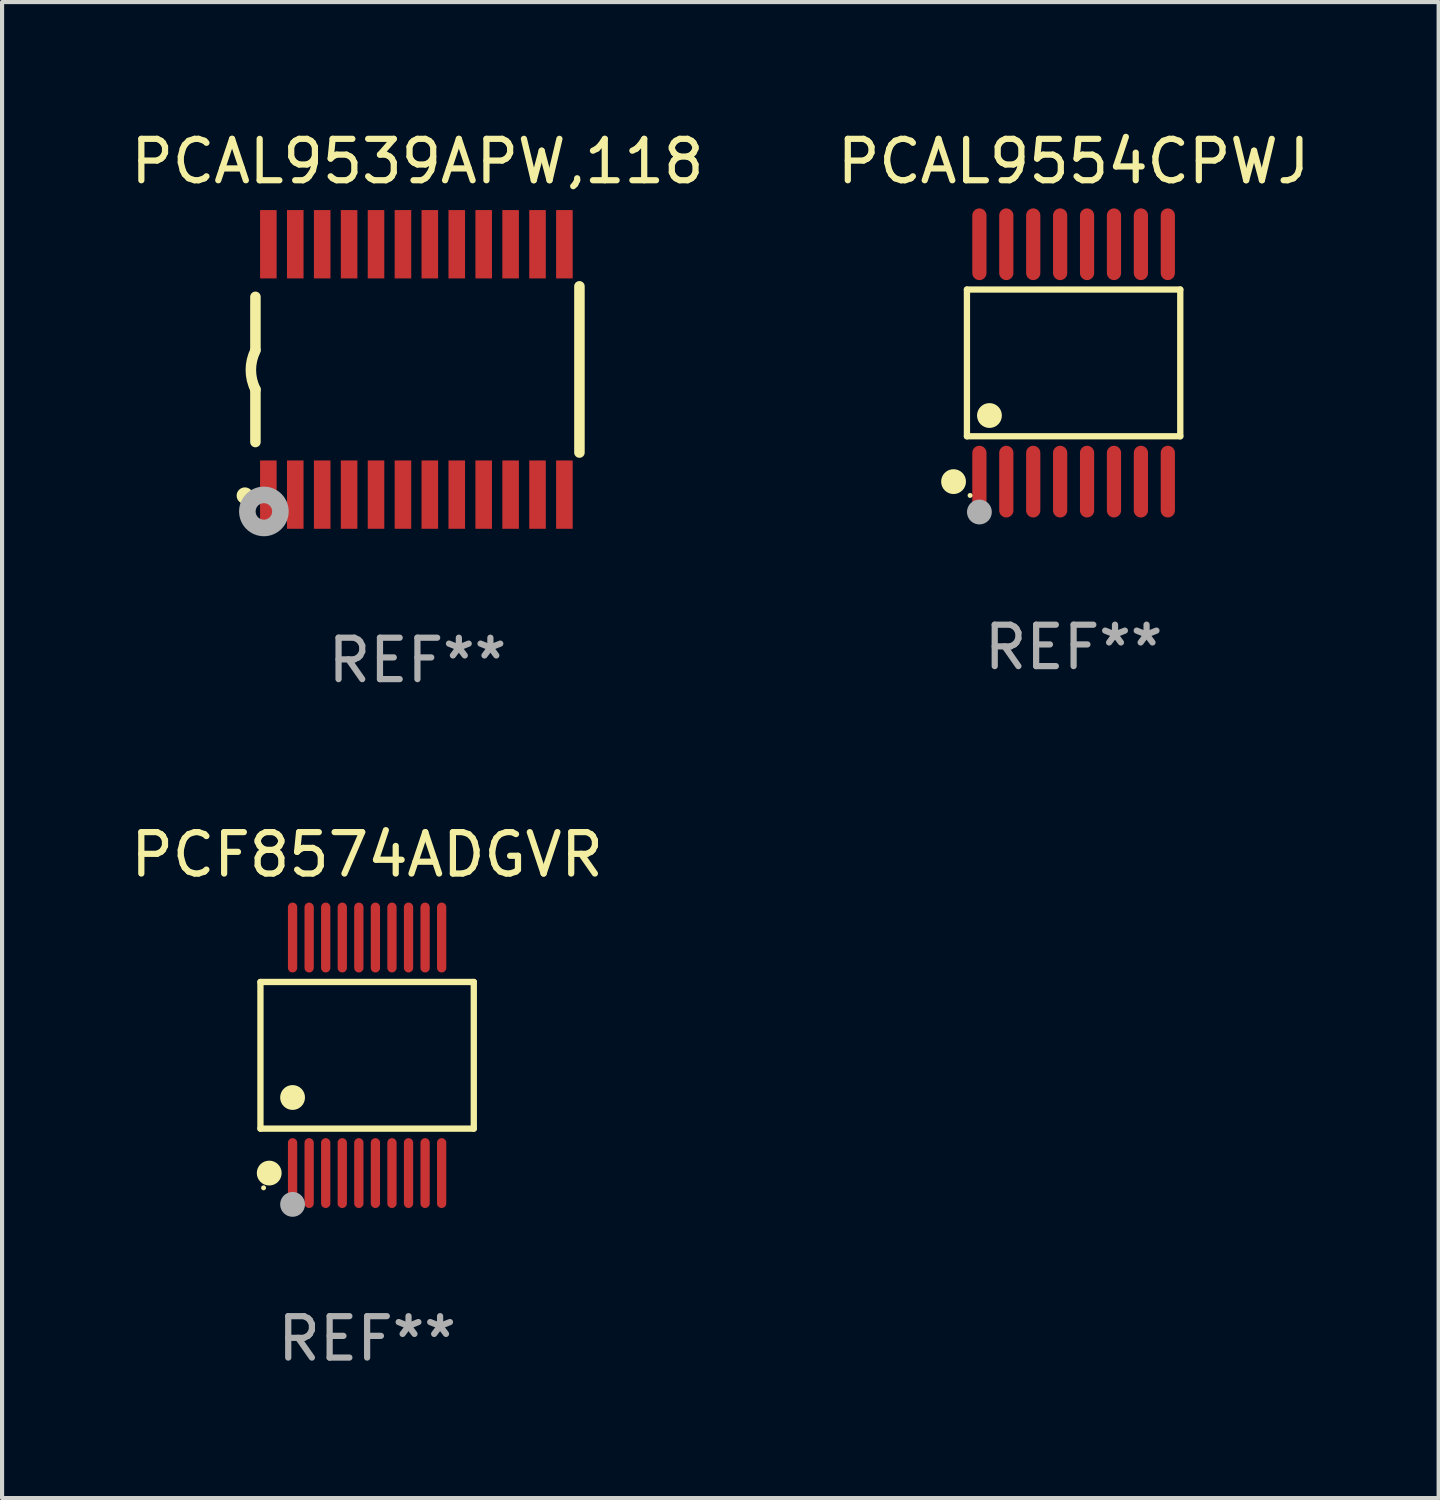
<source format=kicad_pcb>
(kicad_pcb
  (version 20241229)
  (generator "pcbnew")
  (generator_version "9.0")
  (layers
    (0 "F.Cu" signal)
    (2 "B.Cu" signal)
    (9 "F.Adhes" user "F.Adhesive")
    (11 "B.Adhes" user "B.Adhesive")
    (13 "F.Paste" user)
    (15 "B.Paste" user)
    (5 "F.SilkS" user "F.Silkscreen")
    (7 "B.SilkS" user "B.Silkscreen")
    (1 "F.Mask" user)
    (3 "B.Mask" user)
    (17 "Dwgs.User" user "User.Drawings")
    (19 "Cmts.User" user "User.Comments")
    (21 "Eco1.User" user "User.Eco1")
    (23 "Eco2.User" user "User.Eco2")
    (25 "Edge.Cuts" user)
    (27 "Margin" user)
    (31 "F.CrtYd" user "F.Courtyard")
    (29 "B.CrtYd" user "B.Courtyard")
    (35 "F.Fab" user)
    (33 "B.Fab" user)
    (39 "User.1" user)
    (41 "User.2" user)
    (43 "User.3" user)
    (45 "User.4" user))
  (footprint "PCF8574ADGVR"
    (layer "F.Cu")
    (at 5.815 22.433)
    (property "Reference" "PCF8574ADGVR" (at 0 -4.844 0) (layer "F.SilkS") (effects (font (size 1 1) (thickness 0.15))))
    (attr through_hole)
    (fp_line (start -2.576 -1.771) (end 2.576 -1.771) (stroke (width 0.152) (type solid)) (layer "F.SilkS"))
    (fp_line (start -2.576 1.771) (end -2.576 -1.771) (stroke (width 0.152) (type solid)) (layer "F.SilkS"))
    (fp_line (start 2.576 -1.771) (end 2.576 1.771) (stroke (width 0.152) (type solid)) (layer "F.SilkS"))
    (fp_line (start 2.576 1.771) (end -2.576 1.771) (stroke (width 0.152) (type solid)) (layer "F.SilkS"))
    (fp_circle (center -2.5 3.2) (end -2.47 3.2) (stroke (width 0.06) (type solid)) (fill no) (layer "F.SilkS"))
    (fp_circle (center -2.364 2.844) (end -2.214 2.844) (stroke (width 0.3) (type solid)) (fill no) (layer "F.SilkS"))
    (fp_circle (center -1.8 1.019) (end -1.65 1.019) (stroke (width 0.3) (type solid)) (fill no) (layer "F.SilkS"))
    (fp_circle (center -1.8 3.6) (end -1.65 3.6) (stroke (width 0.3) (type solid)) (fill no) (layer "F.Fab"))
    (fp_text user "REF**" (at 0 6.844 0) (layer "F.Fab") (effects (font (size 1 1) (thickness 0.15))))
    (pad "1" smd oval (at -1.8 2.844) (size 0.224 1.687) (layers "F.Cu" "F.Mask" "F.Paste"))
    (pad "2" smd oval (at -1.4 2.844) (size 0.224 1.687) (layers "F.Cu" "F.Mask" "F.Paste"))
    (pad "3" smd oval (at -1 2.844) (size 0.224 1.687) (layers "F.Cu" "F.Mask" "F.Paste"))
    (pad "4" smd oval (at -0.6 2.844) (size 0.224 1.687) (layers "F.Cu" "F.Mask" "F.Paste"))
    (pad "5" smd oval (at -0.2 2.844) (size 0.224 1.687) (layers "F.Cu" "F.Mask" "F.Paste"))
    (pad "6" smd oval (at 0.2 2.844) (size 0.224 1.687) (layers "F.Cu" "F.Mask" "F.Paste"))
    (pad "7" smd oval (at 0.6 2.844) (size 0.224 1.687) (layers "F.Cu" "F.Mask" "F.Paste"))
    (pad "8" smd oval (at 1 2.844) (size 0.224 1.687) (layers "F.Cu" "F.Mask" "F.Paste"))
    (pad "9" smd oval (at 1.4 2.844) (size 0.224 1.687) (layers "F.Cu" "F.Mask" "F.Paste"))
    (pad "10" smd oval (at 1.8 2.844) (size 0.224 1.687) (layers "F.Cu" "F.Mask" "F.Paste"))
    (pad "11" smd oval (at 1.8 -2.844) (size 0.224 1.687) (layers "F.Cu" "F.Mask" "F.Paste"))
    (pad "12" smd oval (at 1.4 -2.844) (size 0.224 1.687) (layers "F.Cu" "F.Mask" "F.Paste"))
    (pad "13" smd oval (at 1 -2.844) (size 0.224 1.687) (layers "F.Cu" "F.Mask" "F.Paste"))
    (pad "14" smd oval (at 0.6 -2.844) (size 0.224 1.687) (layers "F.Cu" "F.Mask" "F.Paste"))
    (pad "15" smd oval (at 0.2 -2.844) (size 0.224 1.687) (layers "F.Cu" "F.Mask" "F.Paste"))
    (pad "16" smd oval (at -0.2 -2.844) (size 0.224 1.687) (layers "F.Cu" "F.Mask" "F.Paste"))
    (pad "17" smd oval (at -0.6 -2.844) (size 0.224 1.687) (layers "F.Cu" "F.Mask" "F.Paste"))
    (pad "18" smd oval (at -1 -2.844) (size 0.224 1.687) (layers "F.Cu" "F.Mask" "F.Paste"))
    (pad "19" smd oval (at -1.4 -2.844) (size 0.224 1.687) (layers "F.Cu" "F.Mask" "F.Paste"))
    (pad "20" smd oval (at -1.8 -2.844) (size 0.224 1.687) (layers "F.Cu" "F.Mask" "F.Paste")))
  (footprint "PCAL9554CPWJ"
    (layer "F.Cu")
    (at 22.875 5.714)
    (property "Reference" "PCAL9554CPWJ" (at 0 -4.866 0) (layer "F.SilkS") (effects (font (size 1 1) (thickness 0.15))))
    (attr through_hole)
    (fp_line (start -2.576 -1.772) (end 2.576 -1.772) (stroke (width 0.152) (type solid)) (layer "F.SilkS"))
    (fp_line (start -2.576 1.771) (end -2.576 -1.772) (stroke (width 0.152) (type solid)) (layer "F.SilkS"))
    (fp_line (start 2.576 -1.772) (end 2.576 1.771) (stroke (width 0.152) (type solid)) (layer "F.SilkS"))
    (fp_line (start 2.576 1.771) (end -2.576 1.771) (stroke (width 0.152) (type solid)) (layer "F.SilkS"))
    (fp_circle (center -2.899 2.866) (end -2.749 2.866) (stroke (width 0.3) (type solid)) (fill no) (layer "F.SilkS"))
    (fp_circle (center -2.5 3.2) (end -2.47 3.2) (stroke (width 0.06) (type solid)) (fill no) (layer "F.SilkS"))
    (fp_circle (center -2.032 1.27) (end -1.882 1.27) (stroke (width 0.3) (type solid)) (fill no) (layer "F.SilkS"))
    (fp_circle (center -2.275 3.6) (end -2.125 3.6) (stroke (width 0.3) (type solid)) (fill no) (layer "F.Fab"))
    (fp_text user "REF**" (at 0 6.866 0) (layer "F.Fab") (effects (font (size 1 1) (thickness 0.15))))
    (pad "1" smd oval (at -2.275 2.866) (size 0.343 1.731) (layers "F.Cu" "F.Mask" "F.Paste"))
    (pad "2" smd oval (at -1.625 2.866) (size 0.343 1.731) (layers "F.Cu" "F.Mask" "F.Paste"))
    (pad "3" smd oval (at -0.975 2.866) (size 0.343 1.731) (layers "F.Cu" "F.Mask" "F.Paste"))
    (pad "4" smd oval (at -0.325 2.866) (size 0.343 1.731) (layers "F.Cu" "F.Mask" "F.Paste"))
    (pad "5" smd oval (at 0.325 2.866) (size 0.343 1.731) (layers "F.Cu" "F.Mask" "F.Paste"))
    (pad "6" smd oval (at 0.975 2.866) (size 0.343 1.731) (layers "F.Cu" "F.Mask" "F.Paste"))
    (pad "7" smd oval (at 1.625 2.866) (size 0.343 1.731) (layers "F.Cu" "F.Mask" "F.Paste"))
    (pad "8" smd oval (at 2.275 2.866) (size 0.343 1.731) (layers "F.Cu" "F.Mask" "F.Paste"))
    (pad "9" smd oval (at 2.275 -2.866) (size 0.343 1.731) (layers "F.Cu" "F.Mask" "F.Paste"))
    (pad "10" smd oval (at 1.625 -2.866) (size 0.343 1.731) (layers "F.Cu" "F.Mask" "F.Paste"))
    (pad "11" smd oval (at 0.975 -2.866) (size 0.343 1.731) (layers "F.Cu" "F.Mask" "F.Paste"))
    (pad "12" smd oval (at 0.325 -2.866) (size 0.343 1.731) (layers "F.Cu" "F.Mask" "F.Paste"))
    (pad "13" smd oval (at -0.325 -2.866) (size 0.343 1.731) (layers "F.Cu" "F.Mask" "F.Paste"))
    (pad "14" smd oval (at -0.975 -2.866) (size 0.343 1.731) (layers "F.Cu" "F.Mask" "F.Paste"))
    (pad "15" smd oval (at -1.625 -2.866) (size 0.343 1.731) (layers "F.Cu" "F.Mask" "F.Paste"))
    (pad "16" smd oval (at -2.275 -2.866) (size 0.343 1.731) (layers "F.Cu" "F.Mask" "F.Paste")))
  (footprint "PCAL9539APW,118"
    (layer "F.Cu")
    (at 7.03 5.871)
    (property "Reference" "PCAL9539APW,118" (at 0 -5.023 0) (layer "F.SilkS") (effects (font (size 1 1) (thickness 0.15))))
    (attr through_hole)
    (fp_line (start -3.912 -0.483) (end -3.912 -1.753) (stroke (width 0.254) (type solid)) (layer "F.SilkS"))
    (fp_line (start -3.912 1.753) (end -3.912 0.483) (stroke (width 0.254) (type solid)) (layer "F.SilkS"))
    (fp_line (start 3.912 -2.007) (end 3.912 2.007) (stroke (width 0.254) (type solid)) (layer "F.SilkS"))
    (fp_arc (start -3.911608 0.482601) (mid -4.022537 0.0127) (end -3.911608 -0.457201) (stroke (width 0.254001) (type solid)) (layer "F.SilkS"))
    (fp_circle (center -4.166 3.048) (end -4.066 3.048) (stroke (width 0.2) (type solid)) (fill no) (layer "F.SilkS"))
    (fp_circle (center -3.925 3.186) (end -3.895 3.186) (stroke (width 0.06) (type solid)) (fill no) (layer "F.SilkS"))
    (fp_circle (center -3.708 3.429) (end -3.509 3.429) (stroke (width 0.4) (type solid)) (fill no) (layer "F.Fab"))
    (fp_text user "REF**" (at 0 7.023 0) (layer "F.Fab") (effects (font (size 1 1) (thickness 0.15))))
    (pad "1" smd rect (at -3.6 3.023) (size 0.4 1.65) (layers "F.Cu" "F.Mask" "F.Paste"))
    (pad "2" smd rect (at -2.95 3.023) (size 0.4 1.65) (layers "F.Cu" "F.Mask" "F.Paste"))
    (pad "3" smd rect (at -2.3 3.023) (size 0.4 1.65) (layers "F.Cu" "F.Mask" "F.Paste"))
    (pad "4" smd rect (at -1.65 3.023) (size 0.4 1.65) (layers "F.Cu" "F.Mask" "F.Paste"))
    (pad "5" smd rect (at -1 3.023) (size 0.4 1.65) (layers "F.Cu" "F.Mask" "F.Paste"))
    (pad "6" smd rect (at -0.35 3.023) (size 0.4 1.65) (layers "F.Cu" "F.Mask" "F.Paste"))
    (pad "7" smd rect (at 0.299 3.023) (size 0.4 1.65) (layers "F.Cu" "F.Mask" "F.Paste"))
    (pad "8" smd rect (at 0.95 3.023) (size 0.4 1.65) (layers "F.Cu" "F.Mask" "F.Paste"))
    (pad "9" smd rect (at 1.6 3.023) (size 0.4 1.65) (layers "F.Cu" "F.Mask" "F.Paste"))
    (pad "10" smd rect (at 2.25 3.023) (size 0.4 1.65) (layers "F.Cu" "F.Mask" "F.Paste"))
    (pad "11" smd rect (at 2.9 3.023) (size 0.4 1.65) (layers "F.Cu" "F.Mask" "F.Paste"))
    (pad "12" smd rect (at 3.549 3.023) (size 0.4 1.65) (layers "F.Cu" "F.Mask" "F.Paste"))
    (pad "13" smd rect (at 3.549 -3.023) (size 0.4 1.65) (layers "F.Cu" "F.Mask" "F.Paste"))
    (pad "14" smd rect (at 2.9 -3.023) (size 0.4 1.65) (layers "F.Cu" "F.Mask" "F.Paste"))
    (pad "15" smd rect (at 2.25 -3.023) (size 0.4 1.65) (layers "F.Cu" "F.Mask" "F.Paste"))
    (pad "16" smd rect (at 1.6 -3.023) (size 0.4 1.65) (layers "F.Cu" "F.Mask" "F.Paste"))
    (pad "17" smd rect (at 0.95 -3.023) (size 0.4 1.65) (layers "F.Cu" "F.Mask" "F.Paste"))
    (pad "18" smd rect (at 0.299 -3.023) (size 0.4 1.65) (layers "F.Cu" "F.Mask" "F.Paste"))
    (pad "19" smd rect (at -0.35 -3.023) (size 0.4 1.65) (layers "F.Cu" "F.Mask" "F.Paste"))
    (pad "20" smd rect (at -1 -3.023) (size 0.4 1.65) (layers "F.Cu" "F.Mask" "F.Paste"))
    (pad "21" smd rect (at -1.65 -3.023) (size 0.4 1.65) (layers "F.Cu" "F.Mask" "F.Paste"))
    (pad "22" smd rect (at -2.3 -3.023) (size 0.4 1.65) (layers "F.Cu" "F.Mask" "F.Paste"))
    (pad "23" smd rect (at -2.95 -3.023) (size 0.4 1.65) (layers "F.Cu" "F.Mask" "F.Paste"))
    (pad "24" smd rect (at -3.6 -3.023) (size 0.4 1.65) (layers "F.Cu" "F.Mask" "F.Paste")))
  (gr_rect
    (start -3 -3)
    (end 31.69 33.125)
    (stroke (width 0.1) (type default))
    (fill no)
    (layer "Edge.Cuts")))
</source>
